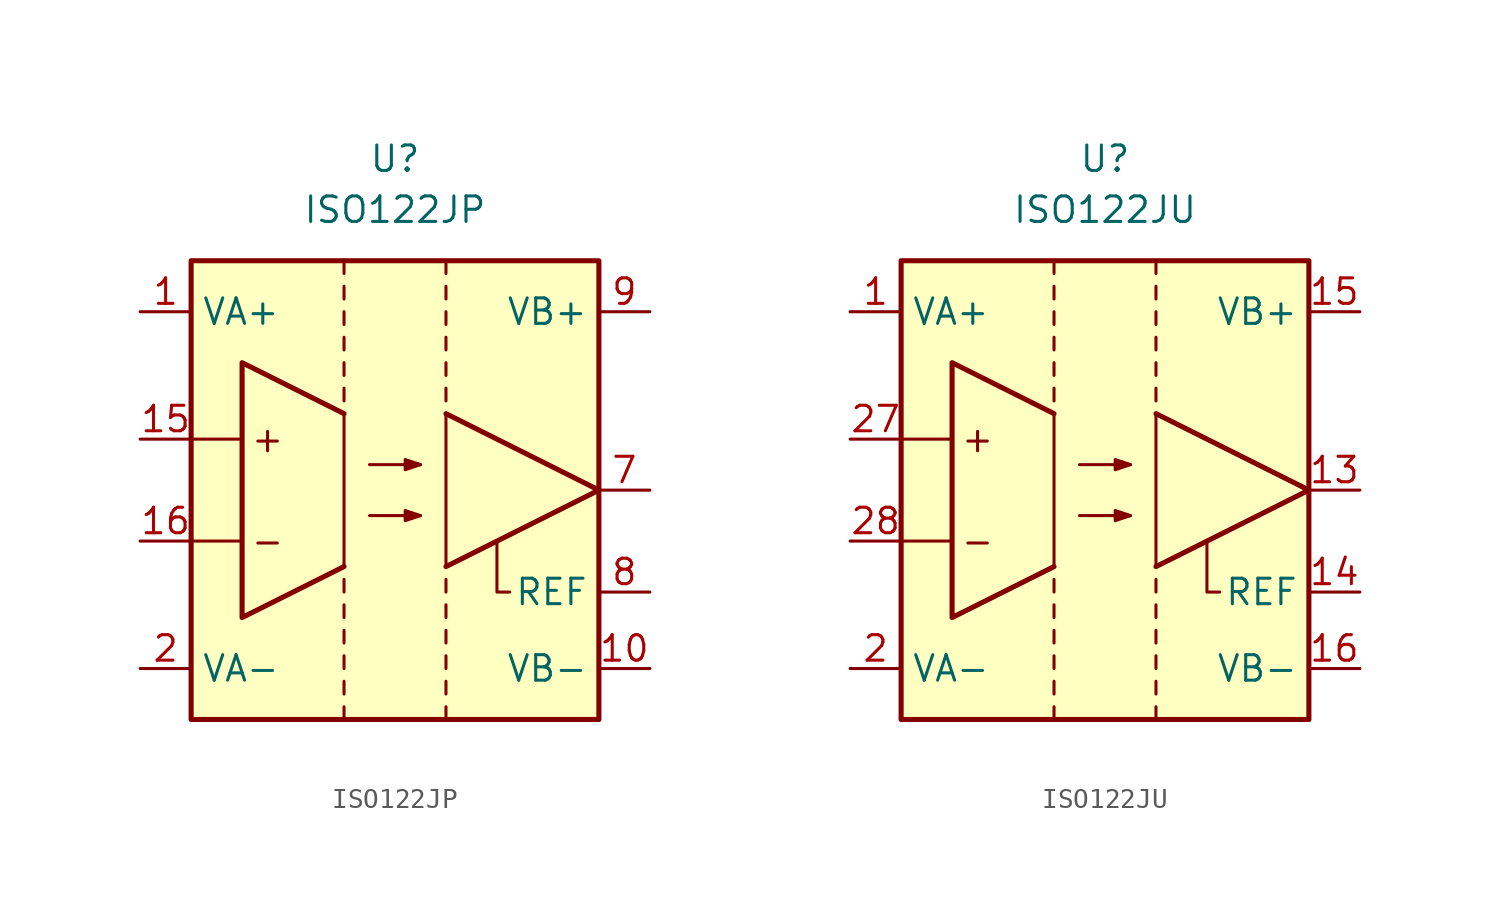
<source format=kicad_sym>
(kicad_symbol_lib
  (version 20231120)
  (generator "kicad_symbol_editor")
  (generator_version "8.0")
  (symbol "ISO122JP"
    (property "Reference" "U"
      (at 0 16.51 0)
      (effects (font (size 1.27 1.27))))
    (property "Value" "ISO122JP"
      (at 0 13.97 0)
      (effects (font (size 1.27 1.27))))
    (symbol "ISO122JP_0_0"
      (rectangle (start -10.16 11.43) (end 10.16 -11.43) (stroke (width 0.254) (type default)) (fill (type background)))
      (polyline (pts (xy -10.16 -2.54) (xy -7.62 -2.54)) (stroke (width 0.152) (type default)) (fill (type none)))
      (polyline (pts (xy -10.16 2.54) (xy -7.62 2.54)) (stroke (width 0.152) (type default)) (fill (type none)))
      (text "+" (at -6.35 2.54 0) (effects (font (size 1.27 1.27))))
      (text "-" (at -6.35 -2.54 0) (effects (font (size 1.27 1.27)))))
    (symbol "ISO122JP_0_1"
      (polyline (pts (xy -2.54 -11.43) (xy -2.54 -10.795)) (stroke (width 0.152) (type default)) (fill (type none)))
      (polyline (pts (xy -2.54 -10.16) (xy -2.54 -9.525)) (stroke (width 0.152) (type default)) (fill (type none)))
      (polyline (pts (xy -2.54 -8.255) (xy -2.54 -8.89)) (stroke (width 0.152) (type default)) (fill (type none)))
      (polyline (pts (xy -2.54 -6.985) (xy -2.54 -7.62)) (stroke (width 0.152) (type default)) (fill (type none)))
      (polyline (pts (xy -2.54 -5.715) (xy -2.54 -6.35)) (stroke (width 0.152) (type default)) (fill (type none)))
      (polyline (pts (xy -2.54 -4.445) (xy -2.54 -5.08)) (stroke (width 0.152) (type default)) (fill (type none)))
      (polyline (pts (xy -2.54 4.445) (xy -2.54 5.08)) (stroke (width 0.152) (type default)) (fill (type none)))
      (polyline (pts (xy -2.54 5.715) (xy -2.54 6.35)) (stroke (width 0.152) (type default)) (fill (type none)))
      (polyline (pts (xy -2.54 7.62) (xy -2.54 6.985)) (stroke (width 0.152) (type default)) (fill (type none)))
      (polyline (pts (xy -2.54 8.89) (xy -2.54 8.255)) (stroke (width 0.152) (type default)) (fill (type none)))
      (polyline (pts (xy -2.54 10.16) (xy -2.54 9.525)) (stroke (width 0.152) (type default)) (fill (type none)))
      (polyline (pts (xy -2.54 11.43) (xy -2.54 10.795)) (stroke (width 0.152) (type default)) (fill (type none)))
      (polyline (pts (xy 1.27 -1.27) (xy -1.27 -1.27)) (stroke (width 0.152) (type default)) (fill (type none)))
      (polyline (pts (xy 1.27 1.27) (xy -1.27 1.27)) (stroke (width 0.152) (type default)) (fill (type none)))
      (polyline (pts (xy 2.54 -11.43) (xy 2.54 -10.795)) (stroke (width 0.152) (type default)) (fill (type none)))
      (polyline (pts (xy 2.54 -10.16) (xy 2.54 -9.525)) (stroke (width 0.152) (type default)) (fill (type none)))
      (polyline (pts (xy 2.54 -8.255) (xy 2.54 -8.89)) (stroke (width 0.152) (type default)) (fill (type none)))
      (polyline (pts (xy 2.54 -6.985) (xy 2.54 -7.62)) (stroke (width 0.152) (type default)) (fill (type none)))
      (polyline (pts (xy 2.54 -5.715) (xy 2.54 -6.35)) (stroke (width 0.152) (type default)) (fill (type none)))
      (polyline (pts (xy 2.54 -4.445) (xy 2.54 -5.08)) (stroke (width 0.152) (type default)) (fill (type none)))
      (polyline (pts (xy 2.54 4.445) (xy 2.54 5.08)) (stroke (width 0.152) (type default)) (fill (type none)))
      (polyline (pts (xy 2.54 5.715) (xy 2.54 6.35)) (stroke (width 0.152) (type default)) (fill (type none)))
      (polyline (pts (xy 2.54 7.62) (xy 2.54 6.985)) (stroke (width 0.152) (type default)) (fill (type none)))
      (polyline (pts (xy 2.54 8.89) (xy 2.54 8.255)) (stroke (width 0.152) (type default)) (fill (type none)))
      (polyline (pts (xy 2.54 10.16) (xy 2.54 9.525)) (stroke (width 0.152) (type default)) (fill (type none)))
      (polyline (pts (xy 2.54 11.43) (xy 2.54 10.795)) (stroke (width 0.152) (type default)) (fill (type none)))
      (polyline (pts (xy 2.54 3.81) (xy 10.16 0) (xy 2.54 -3.81)) (stroke (width 0.254) (type default)) (fill (type none)))
      (polyline (pts (xy 5.715 -5.08) (xy 5.08 -5.08) (xy 5.08 -2.54)) (stroke (width 0.152) (type default)) (fill (type none)))
      (polyline (pts (xy -2.54 3.81) (xy -7.62 6.35) (xy -7.62 -6.35) (xy -2.54 -3.81)) (stroke (width 0.254) (type default)) (fill (type none)))
      (polyline (pts (xy 1.27 -1.27) (xy 0.508 -1.016) (xy 0.508 -1.524) (xy 1.27 -1.27)) (stroke (width 0.152) (type default)) (fill (type outline)))
      (polyline (pts (xy 1.27 1.27) (xy 0.508 1.524) (xy 0.508 1.016) (xy 1.27 1.27)) (stroke (width 0.152) (type default)) (fill (type outline)))
      (polyline (pts (xy 2.54 3.81) (xy 2.54 -3.81) (xy 10.16 0) (xy 2.54 3.81)) (stroke (width 0.152) (type default)) (fill (type none)))
      (polyline (pts (xy -2.54 3.81) (xy -7.62 6.35) (xy -7.62 -6.35) (xy -2.54 -3.81) (xy -2.54 3.81)) (stroke (width 0.152) (type default)) (fill (type none))))
    (symbol "ISO122JP_1_1"
      (pin power_in line (at -12.7 8.89 0) (length 2.54) (name "VA+" (effects (font (size 1.27 1.27)))) (number "1" (effects (font (size 1.27 1.27)))))
      (pin power_in line (at 12.7 -8.89 180) (length 2.54) (name "VB-" (effects (font (size 1.27 1.27)))) (number "10" (effects (font (size 1.27 1.27)))))
      (pin input line (at -12.7 2.54 0) (length 2.54) (name "~" (effects (font (size 1.27 1.27)))) (number "15" (effects (font (size 1.27 1.27)))))
      (pin input line (at -12.7 -2.54 0) (length 2.54) (name "~" (effects (font (size 1.27 1.27)))) (number "16" (effects (font (size 1.27 1.27)))))
      (pin power_in line (at -12.7 -8.89 0) (length 2.54) (name "VA-" (effects (font (size 1.27 1.27)))) (number "2" (effects (font (size 1.27 1.27)))))
      (pin output line (at 12.7 0 180) (length 2.54) (name "~" (effects (font (size 1.27 1.27)))) (number "7" (effects (font (size 1.27 1.27)))))
      (pin input line (at 12.7 -5.08 180) (length 2.54) (name "REF" (effects (font (size 1.27 1.27)))) (number "8" (effects (font (size 1.27 1.27)))))
      (pin power_in line (at 12.7 8.89 180) (length 2.54) (name "VB+" (effects (font (size 1.27 1.27)))) (number "9" (effects (font (size 1.27 1.27)))))))
  (symbol "ISO122JU"
    (property "Reference" "U"
      (at 0 16.51 0)
      (effects (font (size 1.27 1.27))))
    (property "Value" "ISO122JU"
      (at 0 13.97 0)
      (effects (font (size 1.27 1.27))))
    (symbol "ISO122JU_0_0"
      (rectangle (start -10.16 11.43) (end 10.16 -11.43) (stroke (width 0.254) (type default)) (fill (type background)))
      (polyline (pts (xy -10.16 -2.54) (xy -7.62 -2.54)) (stroke (width 0.152) (type default)) (fill (type none)))
      (polyline (pts (xy -10.16 2.54) (xy -7.62 2.54)) (stroke (width 0.152) (type default)) (fill (type none)))
      (text "+" (at -6.35 2.54 0) (effects (font (size 1.27 1.27))))
      (text "-" (at -6.35 -2.54 0) (effects (font (size 1.27 1.27)))))
    (symbol "ISO122JU_0_1"
      (polyline (pts (xy -2.54 -11.43) (xy -2.54 -10.795)) (stroke (width 0.152) (type default)) (fill (type none)))
      (polyline (pts (xy -2.54 -10.16) (xy -2.54 -9.525)) (stroke (width 0.152) (type default)) (fill (type none)))
      (polyline (pts (xy -2.54 -8.255) (xy -2.54 -8.89)) (stroke (width 0.152) (type default)) (fill (type none)))
      (polyline (pts (xy -2.54 -6.985) (xy -2.54 -7.62)) (stroke (width 0.152) (type default)) (fill (type none)))
      (polyline (pts (xy -2.54 -5.715) (xy -2.54 -6.35)) (stroke (width 0.152) (type default)) (fill (type none)))
      (polyline (pts (xy -2.54 -4.445) (xy -2.54 -5.08)) (stroke (width 0.152) (type default)) (fill (type none)))
      (polyline (pts (xy -2.54 4.445) (xy -2.54 5.08)) (stroke (width 0.152) (type default)) (fill (type none)))
      (polyline (pts (xy -2.54 5.715) (xy -2.54 6.35)) (stroke (width 0.152) (type default)) (fill (type none)))
      (polyline (pts (xy -2.54 7.62) (xy -2.54 6.985)) (stroke (width 0.152) (type default)) (fill (type none)))
      (polyline (pts (xy -2.54 8.89) (xy -2.54 8.255)) (stroke (width 0.152) (type default)) (fill (type none)))
      (polyline (pts (xy -2.54 10.16) (xy -2.54 9.525)) (stroke (width 0.152) (type default)) (fill (type none)))
      (polyline (pts (xy -2.54 11.43) (xy -2.54 10.795)) (stroke (width 0.152) (type default)) (fill (type none)))
      (polyline (pts (xy 1.27 -1.27) (xy -1.27 -1.27)) (stroke (width 0.152) (type default)) (fill (type none)))
      (polyline (pts (xy 1.27 1.27) (xy -1.27 1.27)) (stroke (width 0.152) (type default)) (fill (type none)))
      (polyline (pts (xy 2.54 -11.43) (xy 2.54 -10.795)) (stroke (width 0.152) (type default)) (fill (type none)))
      (polyline (pts (xy 2.54 -10.16) (xy 2.54 -9.525)) (stroke (width 0.152) (type default)) (fill (type none)))
      (polyline (pts (xy 2.54 -8.255) (xy 2.54 -8.89)) (stroke (width 0.152) (type default)) (fill (type none)))
      (polyline (pts (xy 2.54 -6.985) (xy 2.54 -7.62)) (stroke (width 0.152) (type default)) (fill (type none)))
      (polyline (pts (xy 2.54 -5.715) (xy 2.54 -6.35)) (stroke (width 0.152) (type default)) (fill (type none)))
      (polyline (pts (xy 2.54 -4.445) (xy 2.54 -5.08)) (stroke (width 0.152) (type default)) (fill (type none)))
      (polyline (pts (xy 2.54 4.445) (xy 2.54 5.08)) (stroke (width 0.152) (type default)) (fill (type none)))
      (polyline (pts (xy 2.54 5.715) (xy 2.54 6.35)) (stroke (width 0.152) (type default)) (fill (type none)))
      (polyline (pts (xy 2.54 7.62) (xy 2.54 6.985)) (stroke (width 0.152) (type default)) (fill (type none)))
      (polyline (pts (xy 2.54 8.89) (xy 2.54 8.255)) (stroke (width 0.152) (type default)) (fill (type none)))
      (polyline (pts (xy 2.54 10.16) (xy 2.54 9.525)) (stroke (width 0.152) (type default)) (fill (type none)))
      (polyline (pts (xy 2.54 11.43) (xy 2.54 10.795)) (stroke (width 0.152) (type default)) (fill (type none)))
      (polyline (pts (xy 2.54 3.81) (xy 10.16 0) (xy 2.54 -3.81)) (stroke (width 0.254) (type default)) (fill (type none)))
      (polyline (pts (xy 5.715 -5.08) (xy 5.08 -5.08) (xy 5.08 -2.54)) (stroke (width 0.152) (type default)) (fill (type none)))
      (polyline (pts (xy -2.54 3.81) (xy -7.62 6.35) (xy -7.62 -6.35) (xy -2.54 -3.81)) (stroke (width 0.254) (type default)) (fill (type none)))
      (polyline (pts (xy 1.27 -1.27) (xy 0.508 -1.016) (xy 0.508 -1.524) (xy 1.27 -1.27)) (stroke (width 0.152) (type default)) (fill (type outline)))
      (polyline (pts (xy 1.27 1.27) (xy 0.508 1.524) (xy 0.508 1.016) (xy 1.27 1.27)) (stroke (width 0.152) (type default)) (fill (type outline)))
      (polyline (pts (xy 2.54 3.81) (xy 2.54 -3.81) (xy 10.16 0) (xy 2.54 3.81)) (stroke (width 0.152) (type default)) (fill (type none)))
      (polyline (pts (xy -2.54 3.81) (xy -7.62 6.35) (xy -7.62 -6.35) (xy -2.54 -3.81) (xy -2.54 3.81)) (stroke (width 0.152) (type default)) (fill (type none))))
    (symbol "ISO122JU_1_1"
      (pin power_in line (at -12.7 8.89 0) (length 2.54) (name "VA+" (effects (font (size 1.27 1.27)))) (number "1" (effects (font (size 1.27 1.27)))))
      (pin output line (at 12.7 0 180) (length 2.54) (name "~" (effects (font (size 1.27 1.27)))) (number "13" (effects (font (size 1.27 1.27)))))
      (pin input line (at 12.7 -5.08 180) (length 2.54) (name "REF" (effects (font (size 1.27 1.27)))) (number "14" (effects (font (size 1.27 1.27)))))
      (pin power_in line (at 12.7 8.89 180) (length 2.54) (name "VB+" (effects (font (size 1.27 1.27)))) (number "15" (effects (font (size 1.27 1.27)))))
      (pin power_in line (at 12.7 -8.89 180) (length 2.54) (name "VB-" (effects (font (size 1.27 1.27)))) (number "16" (effects (font (size 1.27 1.27)))))
      (pin power_in line (at -12.7 -8.89 0) (length 2.54) (name "VA-" (effects (font (size 1.27 1.27)))) (number "2" (effects (font (size 1.27 1.27)))))
      (pin input line (at -12.7 2.54 0) (length 2.54) (name "~" (effects (font (size 1.27 1.27)))) (number "27" (effects (font (size 1.27 1.27)))))
      (pin input line (at -12.7 -2.54 0) (length 2.54) (name "~" (effects (font (size 1.27 1.27)))) (number "28" (effects (font (size 1.27 1.27))))))))
</source>
